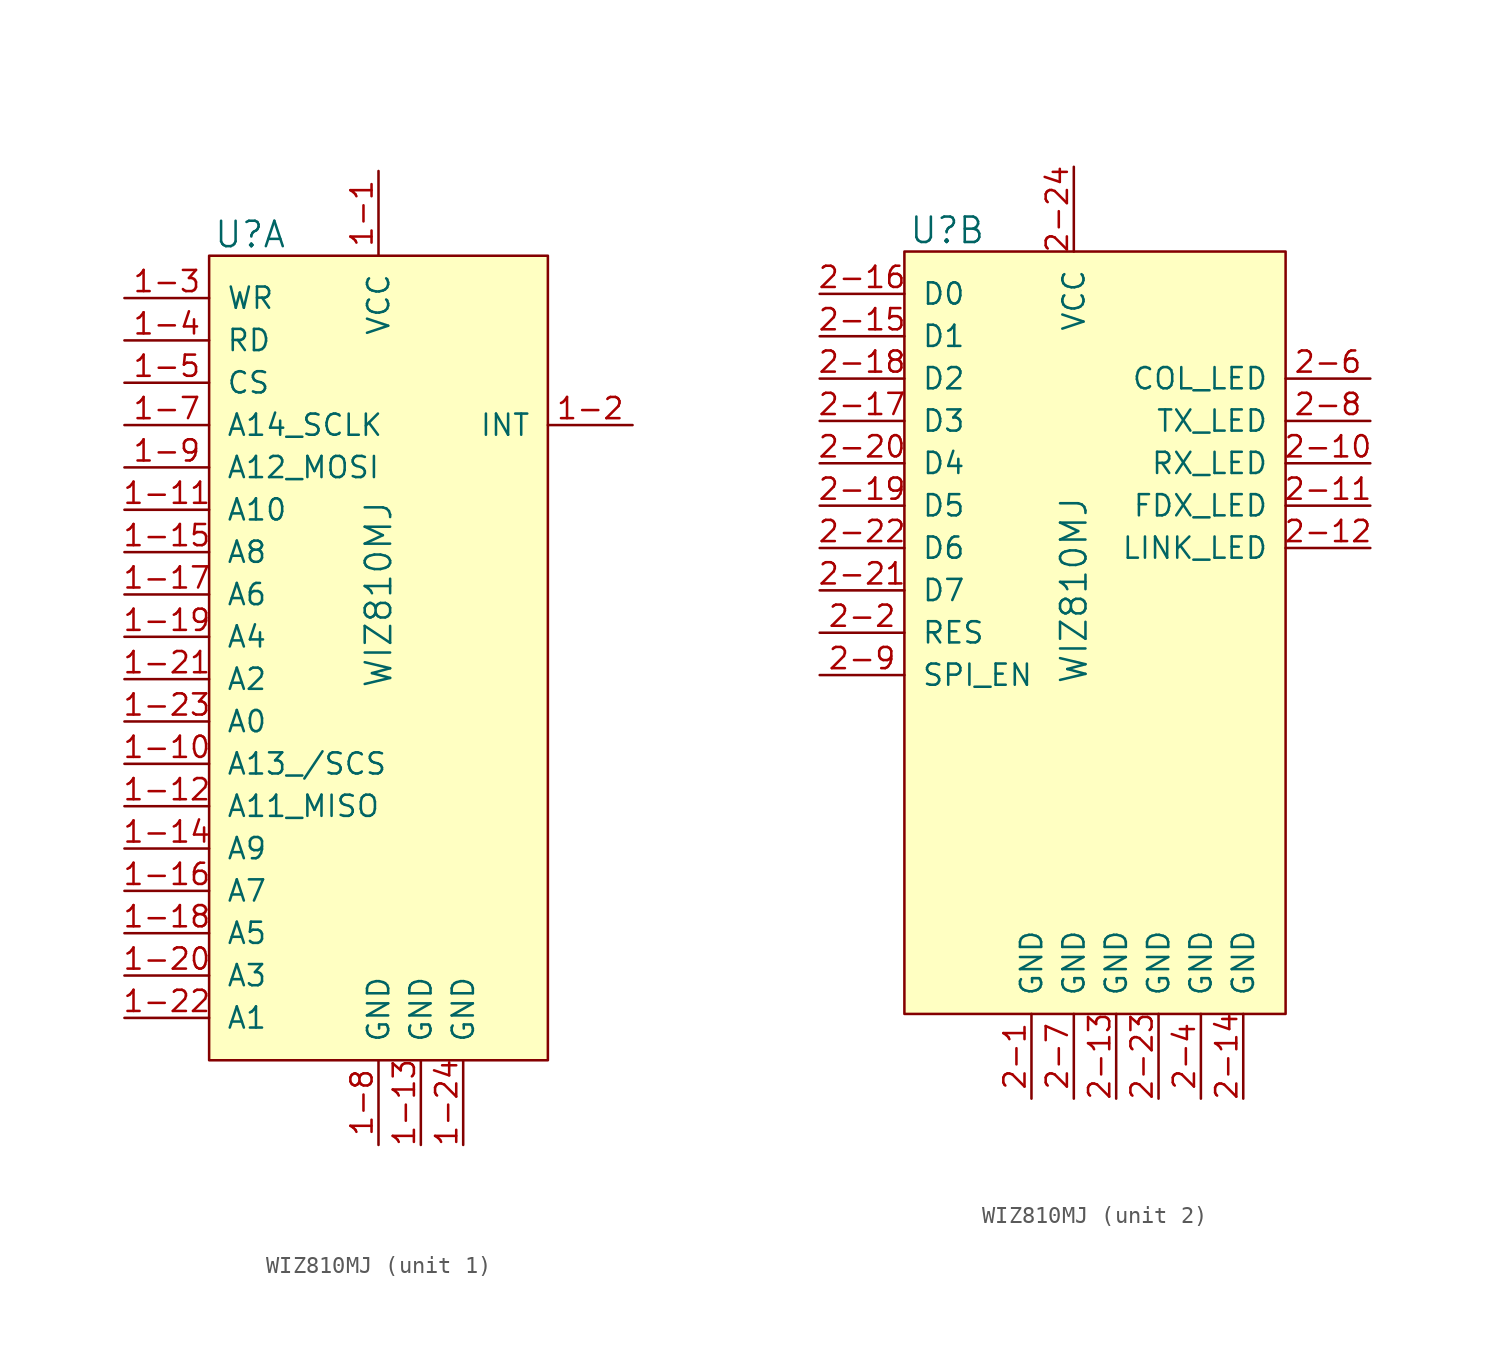
<source format=kicad_sym>
(kicad_symbol_lib
  (version 20201005)
  (generator kicad_symbol_editor)
  (symbol "WIZ810MJ"
    (pin_names
      (offset 1.016))
    (property "Reference" "U"
      (at -9.906 21.59 0)
      (effects (font (size 1.524 1.524)) (justify left)))
    (property "Value" "WIZ810MJ"
      (at 0 0 90)
      (effects (font (size 1.524 1.524))))
    (property "ki_locked" ""
      (at 0 0 0)
      (effects (font (size 1.27 1.27))))
    (symbol "WIZ810MJ_1_1"
      (rectangle (start -10.16 20.32) (end 10.16 -27.94) (stroke (width 0)) (fill (type background)))
      (pin power_in line (at 0 25.4 270) (length 5.08) (name "VCC" (effects (font (size 1.27 1.27)))) (number "1-1" (effects (font (size 1.27 1.27)))))
      (pin output line (at 15.24 10.16 180) (length 5.08) (name "INT" (effects (font (size 1.27 1.27)))) (number "1-2" (effects (font (size 1.27 1.27)))))
      (pin input line (at -15.24 17.78 0) (length 5.08) (name "WR" (effects (font (size 1.27 1.27)))) (number "1-3" (effects (font (size 1.27 1.27)))))
      (pin input line (at -15.24 15.24 0) (length 5.08) (name "RD" (effects (font (size 1.27 1.27)))) (number "1-4" (effects (font (size 1.27 1.27)))))
      (pin input line (at -15.24 12.7 0) (length 5.08) (name "CS" (effects (font (size 1.27 1.27)))) (number "1-5" (effects (font (size 1.27 1.27)))))
      (pin no_connect line (at 10.16 -10.16 180) (length 5.08) hide (name "NC" (effects (font (size 1.27 1.27)))) (number "1-6" (effects (font (size 1.27 1.27)))))
      (pin input line (at -15.24 10.16 0) (length 5.08) (name "A14_SCLK" (effects (font (size 1.27 1.27)))) (number "1-7" (effects (font (size 1.27 1.27)))))
      (pin power_in line (at 0 -33.02 90) (length 5.08) (name "GND" (effects (font (size 1.27 1.27)))) (number "1-8" (effects (font (size 1.27 1.27)))))
      (pin input line (at -15.24 7.62 0) (length 5.08) (name "A12_MOSI" (effects (font (size 1.27 1.27)))) (number "1-9" (effects (font (size 1.27 1.27)))))
      (pin input line (at -15.24 -10.16 0) (length 5.08) (name "A13_/SCS" (effects (font (size 1.27 1.27)))) (number "1-10" (effects (font (size 1.27 1.27)))))
      (pin input line (at -15.24 -22.86 0) (length 5.08) (name "A3" (effects (font (size 1.27 1.27)))) (number "1-20" (effects (font (size 1.27 1.27)))))
      (pin input line (at -15.24 5.08 0) (length 5.08) (name "A10" (effects (font (size 1.27 1.27)))) (number "1-11" (effects (font (size 1.27 1.27)))))
      (pin input line (at -15.24 -5.08 0) (length 5.08) (name "A2" (effects (font (size 1.27 1.27)))) (number "1-21" (effects (font (size 1.27 1.27)))))
      (pin bidirectional line (at -15.24 -12.7 0) (length 5.08) (name "A11_MISO" (effects (font (size 1.27 1.27)))) (number "1-12" (effects (font (size 1.27 1.27)))))
      (pin input line (at -15.24 -25.4 0) (length 5.08) (name "A1" (effects (font (size 1.27 1.27)))) (number "1-22" (effects (font (size 1.27 1.27)))))
      (pin power_in line (at 2.54 -33.02 90) (length 5.08) (name "GND" (effects (font (size 1.27 1.27)))) (number "1-13" (effects (font (size 1.27 1.27)))))
      (pin input line (at -15.24 -7.62 0) (length 5.08) (name "A0" (effects (font (size 1.27 1.27)))) (number "1-23" (effects (font (size 1.27 1.27)))))
      (pin input line (at -15.24 -15.24 0) (length 5.08) (name "A9" (effects (font (size 1.27 1.27)))) (number "1-14" (effects (font (size 1.27 1.27)))))
      (pin power_in line (at 5.08 -33.02 90) (length 5.08) (name "GND" (effects (font (size 1.27 1.27)))) (number "1-24" (effects (font (size 1.27 1.27)))))
      (pin input line (at -15.24 2.54 0) (length 5.08) (name "A8" (effects (font (size 1.27 1.27)))) (number "1-15" (effects (font (size 1.27 1.27)))))
      (pin no_connect line (at 10.16 -12.7 180) (length 5.08) hide (name "NC" (effects (font (size 1.27 1.27)))) (number "1-25" (effects (font (size 1.27 1.27)))))
      (pin input line (at -15.24 -17.78 0) (length 5.08) (name "A7" (effects (font (size 1.27 1.27)))) (number "1-16" (effects (font (size 1.27 1.27)))))
      (pin no_connect line (at 10.16 -15.24 180) (length 5.08) hide (name "NC" (effects (font (size 1.27 1.27)))) (number "1-26" (effects (font (size 1.27 1.27)))))
      (pin input line (at -15.24 0 0) (length 5.08) (name "A6" (effects (font (size 1.27 1.27)))) (number "1-17" (effects (font (size 1.27 1.27)))))
      (pin no_connect line (at 10.16 -17.78 180) (length 5.08) hide (name "NC" (effects (font (size 1.27 1.27)))) (number "1-27" (effects (font (size 1.27 1.27)))))
      (pin input line (at -15.24 -20.32 0) (length 5.08) (name "A5" (effects (font (size 1.27 1.27)))) (number "1-18" (effects (font (size 1.27 1.27)))))
      (pin no_connect line (at 10.16 -20.32 180) (length 5.08) hide (name "NC" (effects (font (size 1.27 1.27)))) (number "1-28" (effects (font (size 1.27 1.27)))))
      (pin input line (at -15.24 -2.54 0) (length 5.08) (name "A4" (effects (font (size 1.27 1.27)))) (number "1-19" (effects (font (size 1.27 1.27))))))
    (symbol "WIZ810MJ_2_1"
      (rectangle (start -10.16 20.32) (end 12.7 -25.4) (stroke (width 0)) (fill (type background)))
      (pin power_in line (at -2.54 -30.48 90) (length 5.08) (name "GND" (effects (font (size 1.27 1.27)))) (number "2-1" (effects (font (size 1.27 1.27)))))
      (pin input line (at -15.24 -2.54 0) (length 5.08) (name "RES" (effects (font (size 1.27 1.27)))) (number "2-2" (effects (font (size 1.27 1.27)))))
      (pin no_connect line (at -10.16 -7.62 0) (length 5.08) hide (name "NC" (effects (font (size 1.27 1.27)))) (number "2-3" (effects (font (size 1.27 1.27)))))
      (pin power_in line (at 7.62 -30.48 90) (length 5.08) (name "GND" (effects (font (size 1.27 1.27)))) (number "2-4" (effects (font (size 1.27 1.27)))))
      (pin no_connect line (at -10.16 -10.16 0) (length 5.08) hide (name "NC" (effects (font (size 1.27 1.27)))) (number "2-5" (effects (font (size 1.27 1.27)))))
      (pin output line (at 17.78 12.7 180) (length 5.08) (name "COL_LED" (effects (font (size 1.27 1.27)))) (number "2-6" (effects (font (size 1.27 1.27)))))
      (pin power_in line (at 0 -30.48 90) (length 5.08) (name "GND" (effects (font (size 1.27 1.27)))) (number "2-7" (effects (font (size 1.27 1.27)))))
      (pin output line (at 17.78 10.16 180) (length 5.08) (name "TX_LED" (effects (font (size 1.27 1.27)))) (number "2-8" (effects (font (size 1.27 1.27)))))
      (pin input line (at -15.24 -5.08 0) (length 5.08) (name "SPI_EN" (effects (font (size 1.27 1.27)))) (number "2-9" (effects (font (size 1.27 1.27)))))
      (pin output line (at 17.78 7.62 180) (length 5.08) (name "RX_LED" (effects (font (size 1.27 1.27)))) (number "2-10" (effects (font (size 1.27 1.27)))))
      (pin bidirectional line (at -15.24 7.62 0) (length 5.08) (name "D4" (effects (font (size 1.27 1.27)))) (number "2-20" (effects (font (size 1.27 1.27)))))
      (pin output line (at 17.78 5.08 180) (length 5.08) (name "FDX_LED" (effects (font (size 1.27 1.27)))) (number "2-11" (effects (font (size 1.27 1.27)))))
      (pin bidirectional line (at -15.24 0 0) (length 5.08) (name "D7" (effects (font (size 1.27 1.27)))) (number "2-21" (effects (font (size 1.27 1.27)))))
      (pin output line (at 17.78 2.54 180) (length 5.08) (name "LINK_LED" (effects (font (size 1.27 1.27)))) (number "2-12" (effects (font (size 1.27 1.27)))))
      (pin bidirectional line (at -15.24 2.54 0) (length 5.08) (name "D6" (effects (font (size 1.27 1.27)))) (number "2-22" (effects (font (size 1.27 1.27)))))
      (pin power_in line (at 2.54 -30.48 90) (length 5.08) (name "GND" (effects (font (size 1.27 1.27)))) (number "2-13" (effects (font (size 1.27 1.27)))))
      (pin power_in line (at 5.08 -30.48 90) (length 5.08) (name "GND" (effects (font (size 1.27 1.27)))) (number "2-23" (effects (font (size 1.27 1.27)))))
      (pin power_in line (at 10.16 -30.48 90) (length 5.08) (name "GND" (effects (font (size 1.27 1.27)))) (number "2-14" (effects (font (size 1.27 1.27)))))
      (pin power_in line (at 0 25.4 270) (length 5.08) (name "VCC" (effects (font (size 1.27 1.27)))) (number "2-24" (effects (font (size 1.27 1.27)))))
      (pin bidirectional line (at -15.24 15.24 0) (length 5.08) (name "D1" (effects (font (size 1.27 1.27)))) (number "2-15" (effects (font (size 1.27 1.27)))))
      (pin no_connect line (at -10.16 -12.7 0) (length 5.08) hide (name "NC" (effects (font (size 1.27 1.27)))) (number "2-25" (effects (font (size 1.27 1.27)))))
      (pin bidirectional line (at -15.24 17.78 0) (length 5.08) (name "D0" (effects (font (size 1.27 1.27)))) (number "2-16" (effects (font (size 1.27 1.27)))))
      (pin no_connect line (at -10.16 -17.78 0) (length 5.08) hide (name "NC" (effects (font (size 1.27 1.27)))) (number "2-26" (effects (font (size 1.27 1.27)))))
      (pin bidirectional line (at -15.24 10.16 0) (length 5.08) (name "D3" (effects (font (size 1.27 1.27)))) (number "2-17" (effects (font (size 1.27 1.27)))))
      (pin no_connect line (at -10.16 -15.24 0) (length 5.08) hide (name "NC" (effects (font (size 1.27 1.27)))) (number "2-27" (effects (font (size 1.27 1.27)))))
      (pin bidirectional line (at -15.24 12.7 0) (length 5.08) (name "D2" (effects (font (size 1.27 1.27)))) (number "2-18" (effects (font (size 1.27 1.27)))))
      (pin no_connect line (at -10.16 -20.32 0) (length 5.08) hide (name "NC" (effects (font (size 1.27 1.27)))) (number "2-28" (effects (font (size 1.27 1.27)))))
      (pin bidirectional line (at -15.24 5.08 0) (length 5.08) (name "D5" (effects (font (size 1.27 1.27)))) (number "2-19" (effects (font (size 1.27 1.27))))))))
</source>
